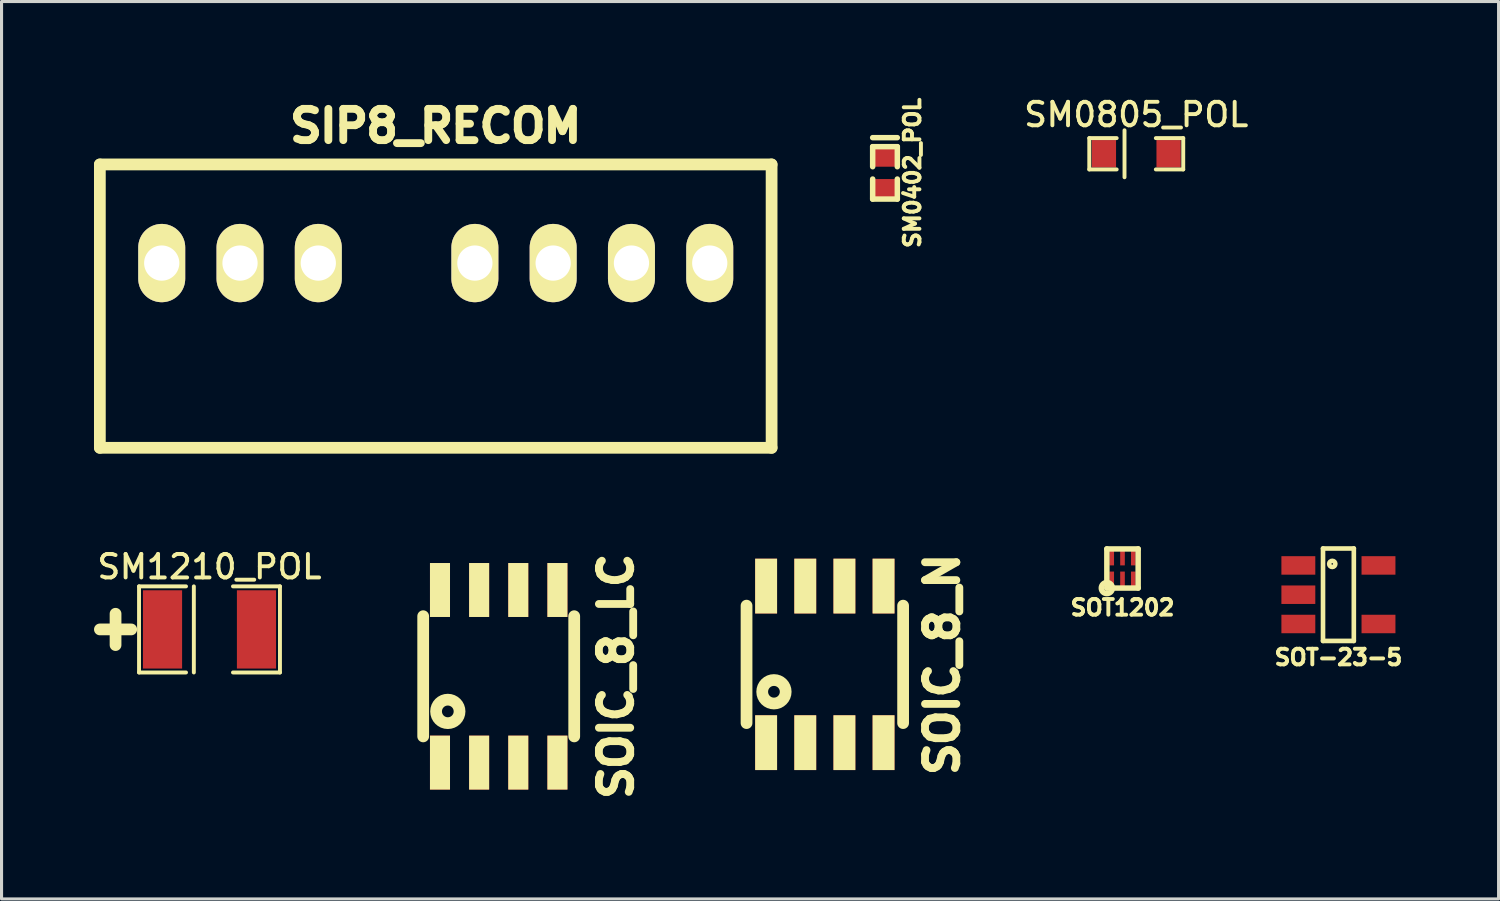
<source format=kicad_pcb>
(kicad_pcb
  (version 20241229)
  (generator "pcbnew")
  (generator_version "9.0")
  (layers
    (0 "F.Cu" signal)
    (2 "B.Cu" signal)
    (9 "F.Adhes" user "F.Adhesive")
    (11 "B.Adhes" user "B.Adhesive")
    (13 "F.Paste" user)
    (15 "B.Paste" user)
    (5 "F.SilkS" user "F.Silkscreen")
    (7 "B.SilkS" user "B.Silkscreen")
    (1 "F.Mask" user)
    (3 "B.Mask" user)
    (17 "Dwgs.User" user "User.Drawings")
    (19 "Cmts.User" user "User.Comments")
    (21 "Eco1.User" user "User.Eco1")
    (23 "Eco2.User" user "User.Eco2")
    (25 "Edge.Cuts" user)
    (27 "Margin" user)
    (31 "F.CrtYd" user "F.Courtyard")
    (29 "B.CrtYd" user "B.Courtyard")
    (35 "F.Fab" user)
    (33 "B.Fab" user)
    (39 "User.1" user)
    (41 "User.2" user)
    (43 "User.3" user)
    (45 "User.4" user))
  (footprint "SOT-23-5"
    (layer "F.Cu")
    (at 40.374 16.245)
    (property "Reference" "SOT-23-5" (at 0 2.032 0) (layer "F.SilkS") (effects (font (size 0.508 0.508) (thickness 0.127))))
    (attr through_hole)
    (fp_line (start -0.5 -1.5) (end -0.5 1.5) (stroke (width 0.15) (type solid)) (layer "F.SilkS"))
    (fp_line (start -0.5 1.5) (end 0.5 1.5) (stroke (width 0.15) (type solid)) (layer "F.SilkS"))
    (fp_line (start 0.5 -1.5) (end -0.5 -1.5) (stroke (width 0.15) (type solid)) (layer "F.SilkS"))
    (fp_line (start 0.5 1.5) (end 0.5 -1.5) (stroke (width 0.15) (type solid)) (layer "F.SilkS"))
    (fp_circle (center -0.2 -1) (end -0.2 -1.1) (stroke (width 0.15) (type solid)) (fill no) (layer "F.SilkS"))
    (pad "1" smd rect (at -1.3 -0.95) (size 1.1 0.6) (layers "F.Cu" "F.Mask"))
    (pad "2" smd rect (at -1.3 0) (size 1.1 0.6) (layers "F.Cu" "F.Mask"))
    (pad "3" smd rect (at -1.3 0.95) (size 1.1 0.6) (layers "F.Cu" "F.Mask"))
    (pad "4" smd rect (at 1.3 0.95) (size 1.1 0.6) (layers "F.Cu" "F.Mask"))
    (pad "5" smd rect (at 1.3 -0.95) (size 1.1 0.6) (layers "F.Cu" "F.Mask")))
  (footprint "SOT1202"
    (layer "F.Cu")
    (at 33.369 15.394)
    (property "Reference" "SOT1202" (at 0 1.27 180) (layer "F.SilkS") (effects (font (size 0.508 0.508) (thickness 0.127))))
    (attr through_hole)
    (fp_line (start -0.508 0.635) (end -0.508 -0.635) (stroke (width 0.178) (type solid)) (layer "F.SilkS"))
    (fp_line (start -0.508 0.635) (end 0.508 0.635) (stroke (width 0.178) (type solid)) (layer "F.SilkS"))
    (fp_line (start 0.508 -0.635) (end -0.508 -0.635) (stroke (width 0.178) (type solid)) (layer "F.SilkS"))
    (fp_line (start 0.508 0.635) (end 0.508 -0.635) (stroke (width 0.178) (type solid)) (layer "F.SilkS"))
    (fp_circle (center -0.508 0.635) (end -0.328 0.635) (stroke (width 0.178) (type solid)) (fill no) (layer "F.SilkS"))
    (pad "1" smd rect (at -0.35 0.35) (size 0.15 0.5) (layers "F.Cu" "F.Mask" "F.Paste"))
    (pad "2" smd rect (at 0 0.35) (size 0.15 0.5) (layers "F.Cu" "F.Mask" "F.Paste"))
    (pad "3" smd rect (at 0.35 0.35) (size 0.15 0.5) (layers "F.Cu" "F.Mask" "F.Paste"))
    (pad "4" smd rect (at 0.35 -0.35) (size 0.15 0.5) (layers "F.Cu" "F.Mask" "F.Paste"))
    (pad "5" smd rect (at 0 -0.35) (size 0.15 0.5) (layers "F.Cu" "F.Mask" "F.Paste"))
    (pad "6" smd rect (at -0.35 -0.35) (size 0.15 0.5) (layers "F.Cu" "F.Mask" "F.Paste")))
  (footprint "SOIC_8_LC"
    (layer "F.Cu")
    (at 13.13 18.892)
    (property "Reference" "SOIC_8_LC" (at 3.81 0 90) (layer "F.SilkS") (effects (font (size 1.016 1.016) (thickness 0.254))))
    (attr through_hole)
    (fp_line (start -2.45 -1.95) (end -2.45 1.95) (stroke (width 0.381) (type solid)) (layer "F.SilkS"))
    (fp_line (start 2.45 -1.95) (end 2.45 1.95) (stroke (width 0.381) (type solid)) (layer "F.SilkS"))
    (fp_circle (center -1.651 1.139) (end -1.651 0.758) (stroke (width 0.381) (type solid)) (fill no) (layer "F.SilkS"))
    (pad "1" smd rect (at -1.905 2.8) (size 0.65 1.75) (layers "F.Cu" "F.Mask" "F.SilkS"))
    (pad "2" smd rect (at -0.635 2.8) (size 0.65 1.75) (layers "F.Cu" "F.Mask" "F.SilkS"))
    (pad "3" smd rect (at 0.635 2.8) (size 0.65 1.75) (layers "F.Cu" "F.Mask" "F.SilkS"))
    (pad "4" smd rect (at 1.905 2.8) (size 0.65 1.75) (layers "F.Cu" "F.Mask" "F.SilkS"))
    (pad "5" smd rect (at 1.905 -2.8) (size 0.65 1.75) (layers "F.Cu" "F.Mask" "F.SilkS"))
    (pad "6" smd rect (at 0.635 -2.8) (size 0.65 1.75) (layers "F.Cu" "F.Mask" "F.SilkS"))
    (pad "7" smd rect (at -0.635 -2.8) (size 0.65 1.75) (layers "F.Cu" "F.Mask" "F.SilkS"))
    (pad "8" smd rect (at -1.905 -2.8) (size 0.65 1.75) (layers "F.Cu" "F.Mask" "F.SilkS")))
  (footprint "SM1210_POL"
    (layer "F.Cu")
    (at 3.747 17.371)
    (property "Reference" "SM1210_POL" (at 0 -2.032 0) (layer "F.SilkS") (effects (font (size 0.762 0.762) (thickness 0.127))))
    (attr smd)
    (fp_line (start -3.048 0.508) (end -3.048 -0.508) (stroke (width 0.381) (type solid)) (layer "F.SilkS"))
    (fp_line (start -2.54 0) (end -3.556 0) (stroke (width 0.381) (type solid)) (layer "F.SilkS"))
    (fp_line (start -2.286 -1.397) (end -2.286 1.397) (stroke (width 0.127) (type solid)) (layer "F.SilkS"))
    (fp_line (start -2.286 1.397) (end -0.762 1.397) (stroke (width 0.127) (type solid)) (layer "F.SilkS"))
    (fp_line (start -0.762 -1.397) (end -2.286 -1.397) (stroke (width 0.127) (type solid)) (layer "F.SilkS"))
    (fp_line (start -0.508 -1.397) (end -0.508 1.397) (stroke (width 0.127) (type solid)) (layer "F.SilkS"))
    (fp_line (start 0.762 1.397) (end 2.286 1.397) (stroke (width 0.127) (type solid)) (layer "F.SilkS"))
    (fp_line (start 2.286 -1.397) (end 0.762 -1.397) (stroke (width 0.127) (type solid)) (layer "F.SilkS"))
    (fp_line (start 2.286 1.397) (end 2.286 -1.397) (stroke (width 0.127) (type solid)) (layer "F.SilkS"))
    (pad "1" smd rect (at -1.524 0) (size 1.27 2.54) (layers "F.Cu" "F.Mask" "F.Paste"))
    (pad "2" smd rect (at 1.524 0) (size 1.27 2.54) (layers "F.Cu" "F.Mask" "F.Paste")))
  (footprint "SIP8_RECOM"
    (layer "F.Cu")
    (at 11.087 5.485)
    (property "Reference" "SIP8_RECOM" (at 0 -4.445 0) (layer "F.SilkS") (effects (font (size 1.016 1.016) (thickness 0.254))))
    (attr through_hole)
    (fp_line (start -10.897 -3.2) (end -10.897 5.994) (stroke (width 0.381) (type solid)) (layer "F.SilkS"))
    (fp_line (start -10.897 -3.2) (end 10.897 -3.2) (stroke (width 0.381) (type solid)) (layer "F.SilkS"))
    (fp_line (start -10.897 5.994) (end 10.897 5.994) (stroke (width 0.381) (type solid)) (layer "F.SilkS"))
    (fp_line (start 10.897 -3.2) (end 10.897 5.994) (stroke (width 0.381) (type solid)) (layer "F.SilkS"))
    (pad "1" thru_hole oval (at -8.89 0) (size 1.524 2.54) (drill 1.143) (layers "*.Cu" "*.Mask" "F.SilkS"))
    (pad "2" thru_hole oval (at -6.35 0) (size 1.524 2.54) (drill 1.143) (layers "*.Cu" "*.Mask" "F.SilkS"))
    (pad "3" thru_hole oval (at -3.81 0) (size 1.524 2.54) (drill 1.143) (layers "*.Cu" "*.Mask" "F.SilkS"))
    (pad "5" thru_hole oval (at 1.27 0) (size 1.524 2.54) (drill 1.143) (layers "*.Cu" "*.Mask" "F.SilkS"))
    (pad "6" thru_hole oval (at 3.81 0) (size 1.524 2.54) (drill 1.143) (layers "*.Cu" "*.Mask" "F.SilkS"))
    (pad "7" thru_hole oval (at 6.35 0) (size 1.524 2.54) (drill 1.143) (layers "*.Cu" "*.Mask" "F.SilkS"))
    (pad "8" thru_hole oval (at 8.89 0) (size 1.524 2.54) (drill 1.143) (layers "*.Cu" "*.Mask" "F.SilkS")))
  (footprint "SM0402_POL"
    (layer "F.Cu")
    (at 25.663 2.559)
    (property "Reference" "SM0402_POL" (at 0.889 0 90) (layer "F.SilkS") (effects (font (size 0.508 0.508) (thickness 0.127))))
    (attr smd)
    (fp_line (start -0.4 -0.85) (end -0.4 -0.2) (stroke (width 0.178) (type solid)) (layer "F.SilkS"))
    (fp_line (start -0.4 0.85) (end -0.4 0.2) (stroke (width 0.178) (type solid)) (layer "F.SilkS"))
    (fp_line (start 0.4 -1.143) (end -0.4 -1.143) (stroke (width 0.178) (type solid)) (layer "F.SilkS"))
    (fp_line (start 0.4 -0.85) (end -0.4 -0.85) (stroke (width 0.178) (type solid)) (layer "F.SilkS"))
    (fp_line (start 0.4 -0.2) (end 0.4 -0.85) (stroke (width 0.178) (type solid)) (layer "F.SilkS"))
    (fp_line (start 0.4 0.2) (end 0.4 0.85) (stroke (width 0.178) (type solid)) (layer "F.SilkS"))
    (fp_line (start 0.4 0.85) (end -0.4 0.85) (stroke (width 0.178) (type solid)) (layer "F.SilkS"))
    (pad "1" smd rect (at 0 -0.5 270) (size 0.6 0.7) (layers "F.Cu" "F.Mask" "F.Paste"))
    (pad "2" smd rect (at 0 0.5 270) (size 0.6 0.7) (layers "F.Cu" "F.Mask" "F.Paste")))
  (footprint "SOIC_8_N"
    (layer "F.Cu")
    (at 23.711 18.505)
    (property "Reference" "SOIC_8_N" (at 3.81 0 90) (layer "F.SilkS") (effects (font (size 1.016 1.016) (thickness 0.254))))
    (attr through_hole)
    (fp_line (start -2.54 -1.905) (end -2.54 1.905) (stroke (width 0.381) (type solid)) (layer "F.SilkS"))
    (fp_line (start 2.54 -1.905) (end 2.54 1.905) (stroke (width 0.381) (type solid)) (layer "F.SilkS"))
    (fp_circle (center -1.651 0.889) (end -1.651 0.508) (stroke (width 0.381) (type solid)) (fill no) (layer "F.SilkS"))
    (pad "1" smd rect (at -1.905 2.54) (size 0.711 1.778) (layers "F.Cu" "F.Mask" "F.SilkS"))
    (pad "2" smd rect (at -0.635 2.54) (size 0.711 1.778) (layers "F.Cu" "F.Mask" "F.SilkS"))
    (pad "3" smd rect (at 0.635 2.54) (size 0.711 1.778) (layers "F.Cu" "F.Mask" "F.SilkS"))
    (pad "4" smd rect (at 1.905 2.54) (size 0.711 1.778) (layers "F.Cu" "F.Mask" "F.SilkS"))
    (pad "5" smd rect (at 1.905 -2.54) (size 0.711 1.778) (layers "F.Cu" "F.Mask" "F.SilkS"))
    (pad "6" smd rect (at 0.635 -2.54) (size 0.711 1.778) (layers "F.Cu" "F.Mask" "F.SilkS"))
    (pad "7" smd rect (at -0.635 -2.54) (size 0.711 1.778) (layers "F.Cu" "F.Mask" "F.SilkS"))
    (pad "8" smd rect (at -1.905 -2.54) (size 0.711 1.778) (layers "F.Cu" "F.Mask" "F.SilkS")))
  (footprint "SM0805_POL"
    (layer "F.Cu")
    (at 33.815 1.939)
    (property "Reference" "SM0805_POL" (at 0 -1.27 0) (layer "F.SilkS") (effects (font (size 0.762 0.762) (thickness 0.127))))
    (attr smd)
    (fp_line (start -1.524 -0.508) (end -1.524 0.508) (stroke (width 0.127) (type solid)) (layer "F.SilkS"))
    (fp_line (start -1.524 0.508) (end -0.635 0.508) (stroke (width 0.127) (type solid)) (layer "F.SilkS"))
    (fp_line (start -0.635 -0.508) (end -1.524 -0.508) (stroke (width 0.127) (type solid)) (layer "F.SilkS"))
    (fp_line (start -0.381 -0.762) (end -0.381 0.762) (stroke (width 0.127) (type solid)) (layer "F.SilkS"))
    (fp_line (start 0.635 -0.508) (end 1.524 -0.508) (stroke (width 0.127) (type solid)) (layer "F.SilkS"))
    (fp_line (start 1.524 -0.508) (end 1.524 0.508) (stroke (width 0.127) (type solid)) (layer "F.SilkS"))
    (fp_line (start 1.524 0.508) (end 0.635 0.508) (stroke (width 0.127) (type solid)) (layer "F.SilkS"))
    (pad "1" smd rect (at -1.049 0) (size 0.787 0.889) (layers "F.Cu" "F.Mask" "F.Paste"))
    (pad "2" smd rect (at 1.049 0) (size 0.787 0.889) (layers "F.Cu" "F.Mask" "F.Paste")))
  (gr_rect
    (start -3 -3)
    (end 45.57 26.115)
    (stroke (width 0.1) (type default))
    (fill no)
    (layer "Edge.Cuts")))
</source>
